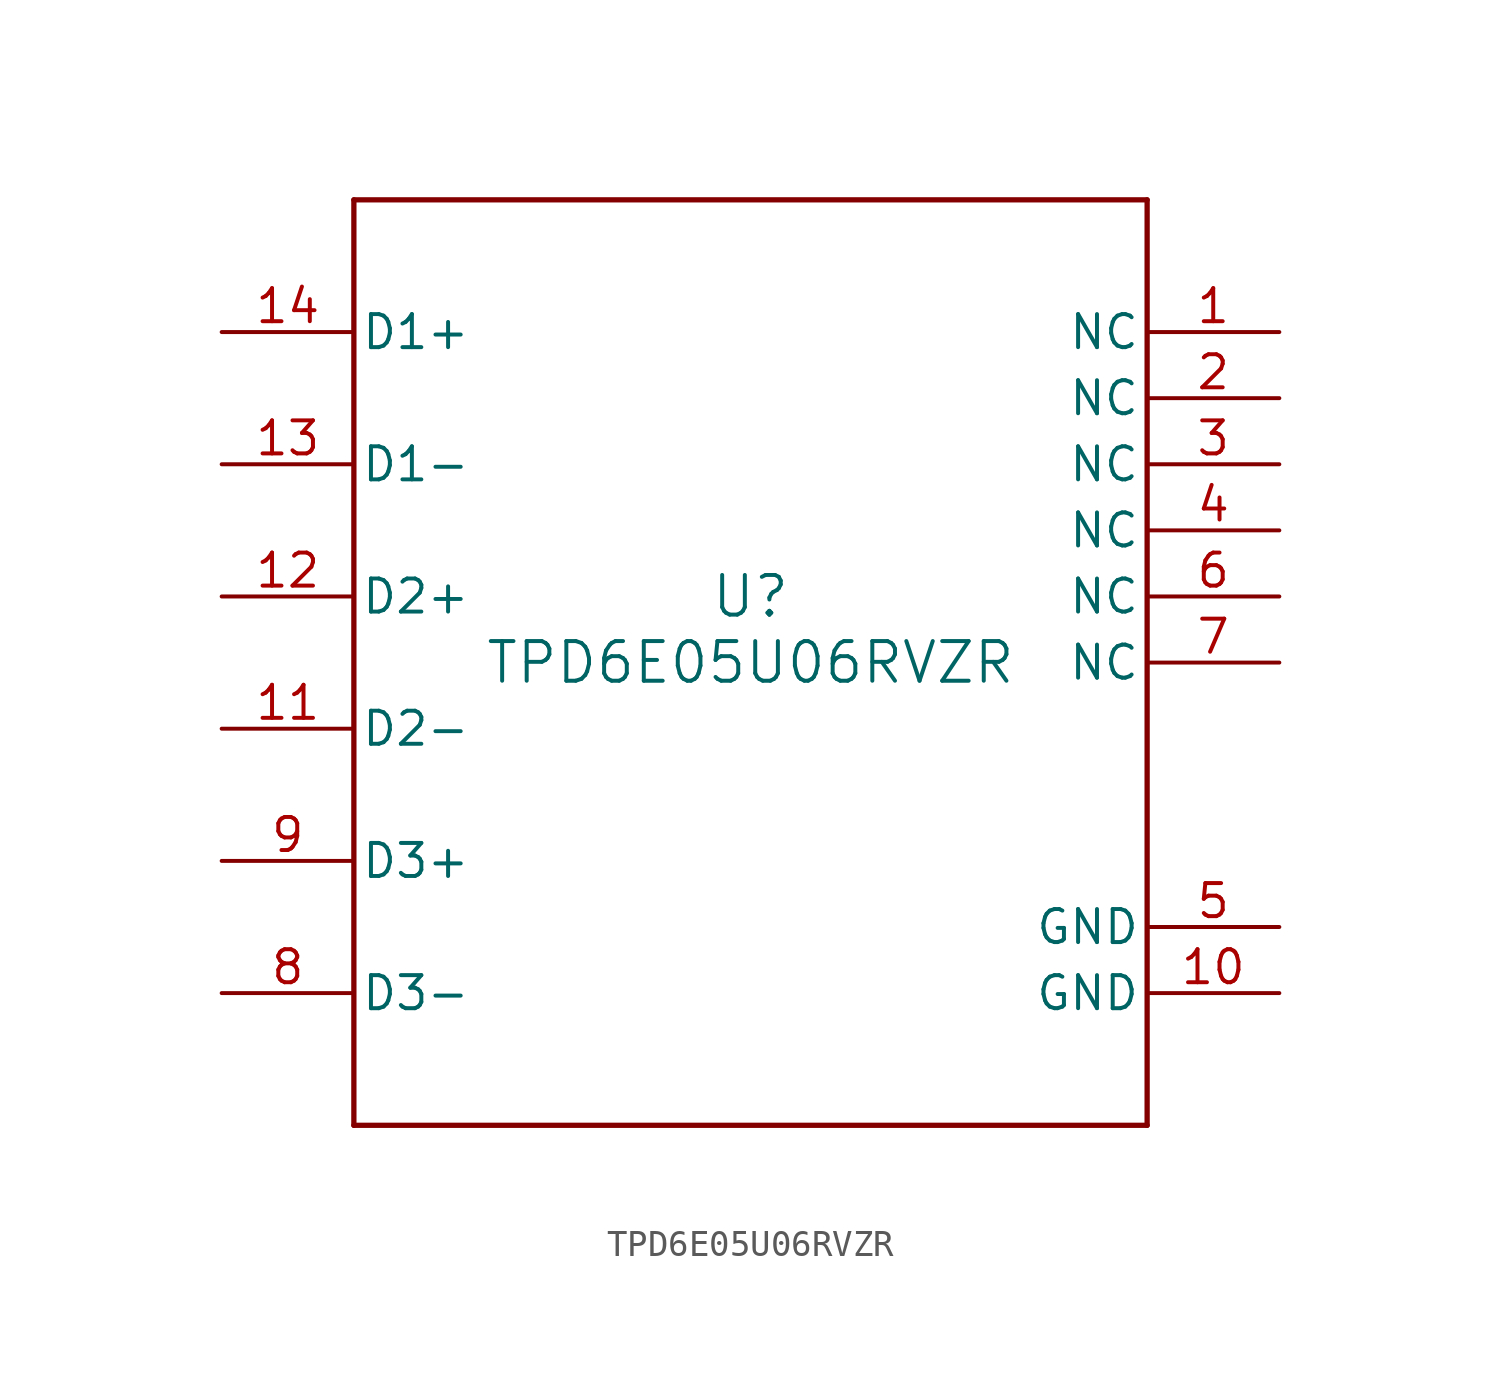
<source format=kicad_sym>
(kicad_symbol_lib
  (version 20211014)
  (generator kicad_symbol_editor)
  (symbol "TPD6E05U06RVZR"
    (pin_names
      (offset 0.254))
    (property "Reference" "U"
      (at 0 2.54 0)
      (effects (font (size 1.524 1.524))))
    (property "Value" "TPD6E05U06RVZR"
      (at 0 0 0)
      (effects (font (size 1.524 1.524))))
    (polyline
      (pts (xy -15.24 -17.78) (xy 15.24 -17.78))
      (stroke (width 0.203) (type default) (color 0 0 0 0))
      (fill (type none)))
    (polyline
      (pts (xy 15.24 -17.78) (xy 15.24 17.78))
      (stroke (width 0.203) (type default) (color 0 0 0 0))
      (fill (type none)))
    (polyline
      (pts (xy 15.24 17.78) (xy -15.24 17.78))
      (stroke (width 0.203) (type default) (color 0 0 0 0))
      (fill (type none)))
    (polyline
      (pts (xy -15.24 17.78) (xy -15.24 -17.78))
      (stroke (width 0.203) (type default) (color 0 0 0 0))
      (fill (type none)))
    (pin unspecified line
      (at 20.32 12.7 180)
      (length 5.08)
      (name "NC" (effects (font (size 1.27 1.27))))
      (number "1" (effects (font (size 1.27 1.27)))))
    (pin unspecified line
      (at 20.32 10.16 180)
      (length 5.08)
      (name "NC" (effects (font (size 1.27 1.27))))
      (number "2" (effects (font (size 1.27 1.27)))))
    (pin unspecified line
      (at 20.32 7.62 180)
      (length 5.08)
      (name "NC" (effects (font (size 1.27 1.27))))
      (number "3" (effects (font (size 1.27 1.27)))))
    (pin unspecified line
      (at 20.32 5.08 180)
      (length 5.08)
      (name "NC" (effects (font (size 1.27 1.27))))
      (number "4" (effects (font (size 1.27 1.27)))))
    (pin power_in line
      (at 20.32 -10.16 180)
      (length 5.08)
      (name "GND" (effects (font (size 1.27 1.27))))
      (number "5" (effects (font (size 1.27 1.27)))))
    (pin unspecified line
      (at 20.32 2.54 180)
      (length 5.08)
      (name "NC" (effects (font (size 1.27 1.27))))
      (number "6" (effects (font (size 1.27 1.27)))))
    (pin unspecified line
      (at 20.32 0 180)
      (length 5.08)
      (name "NC" (effects (font (size 1.27 1.27))))
      (number "7" (effects (font (size 1.27 1.27)))))
    (pin bidirectional line
      (at -20.32 -12.7 0)
      (length 5.08)
      (name "D3-" (effects (font (size 1.27 1.27))))
      (number "8" (effects (font (size 1.27 1.27)))))
    (pin bidirectional line
      (at -20.32 -7.62 0)
      (length 5.08)
      (name "D3+" (effects (font (size 1.27 1.27))))
      (number "9" (effects (font (size 1.27 1.27)))))
    (pin power_in line
      (at 20.32 -12.7 180)
      (length 5.08)
      (name "GND" (effects (font (size 1.27 1.27))))
      (number "10" (effects (font (size 1.27 1.27)))))
    (pin bidirectional line
      (at -20.32 -2.54 0)
      (length 5.08)
      (name "D2-" (effects (font (size 1.27 1.27))))
      (number "11" (effects (font (size 1.27 1.27)))))
    (pin bidirectional line
      (at -20.32 2.54 0)
      (length 5.08)
      (name "D2+" (effects (font (size 1.27 1.27))))
      (number "12" (effects (font (size 1.27 1.27)))))
    (pin bidirectional line
      (at -20.32 7.62 0)
      (length 5.08)
      (name "D1-" (effects (font (size 1.27 1.27))))
      (number "13" (effects (font (size 1.27 1.27)))))
    (pin bidirectional line
      (at -20.32 12.7 0)
      (length 5.08)
      (name "D1+" (effects (font (size 1.27 1.27))))
      (number "14" (effects (font (size 1.27 1.27)))))))
</source>
